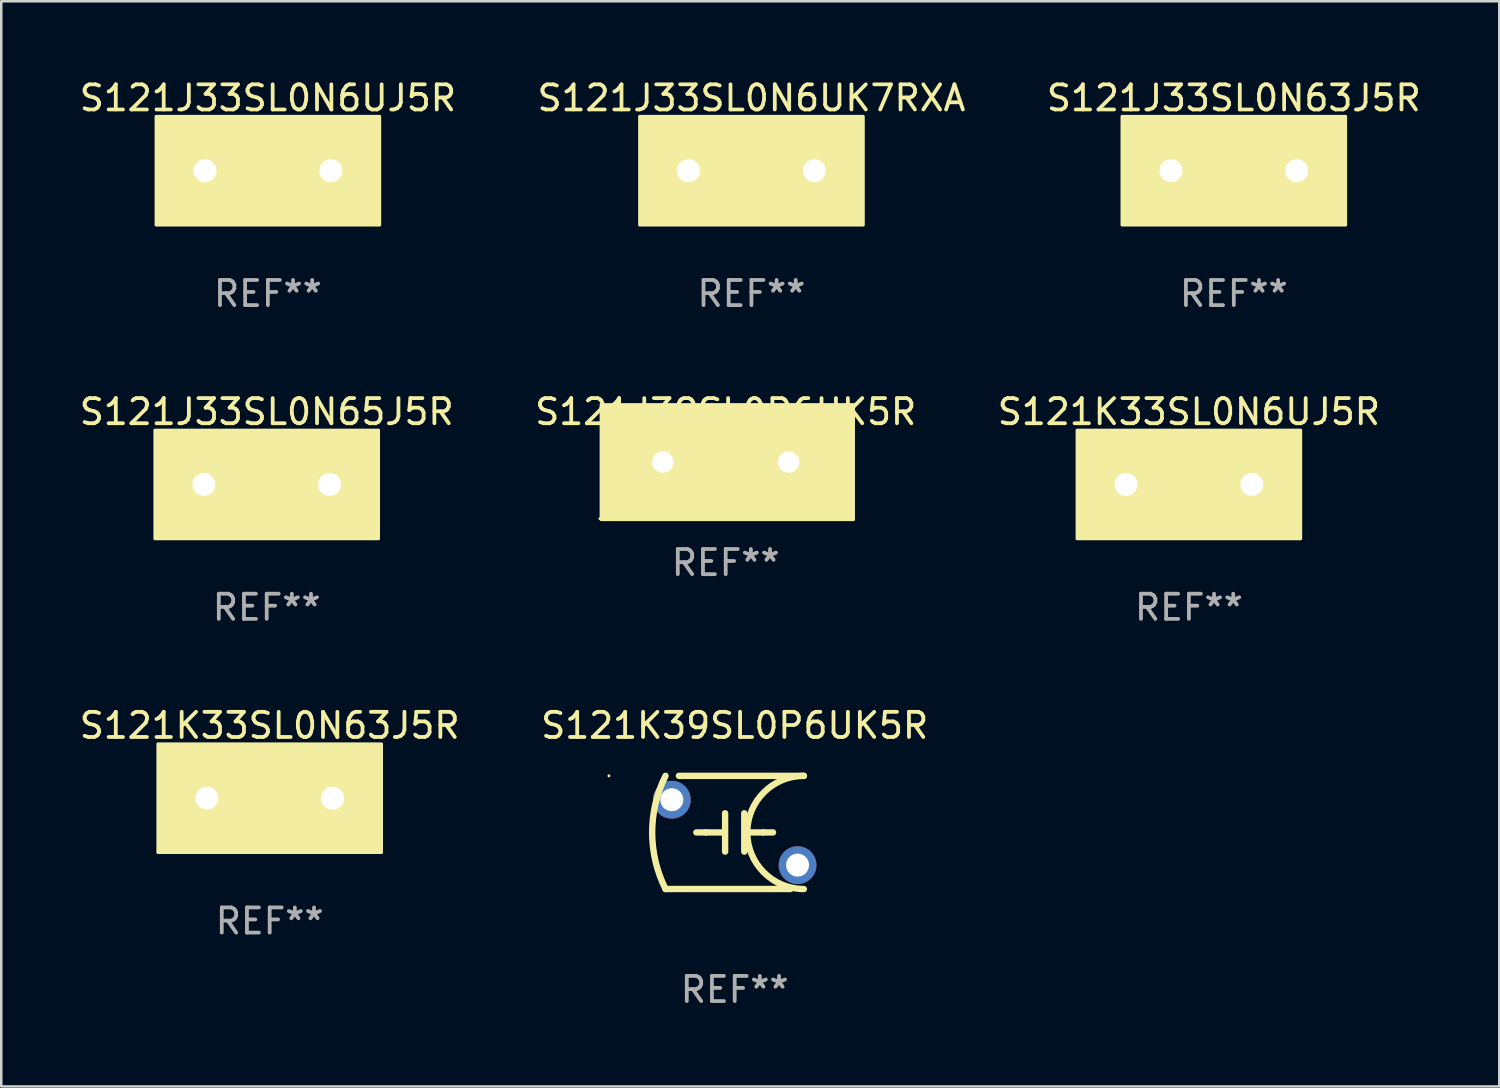
<source format=kicad_pcb>
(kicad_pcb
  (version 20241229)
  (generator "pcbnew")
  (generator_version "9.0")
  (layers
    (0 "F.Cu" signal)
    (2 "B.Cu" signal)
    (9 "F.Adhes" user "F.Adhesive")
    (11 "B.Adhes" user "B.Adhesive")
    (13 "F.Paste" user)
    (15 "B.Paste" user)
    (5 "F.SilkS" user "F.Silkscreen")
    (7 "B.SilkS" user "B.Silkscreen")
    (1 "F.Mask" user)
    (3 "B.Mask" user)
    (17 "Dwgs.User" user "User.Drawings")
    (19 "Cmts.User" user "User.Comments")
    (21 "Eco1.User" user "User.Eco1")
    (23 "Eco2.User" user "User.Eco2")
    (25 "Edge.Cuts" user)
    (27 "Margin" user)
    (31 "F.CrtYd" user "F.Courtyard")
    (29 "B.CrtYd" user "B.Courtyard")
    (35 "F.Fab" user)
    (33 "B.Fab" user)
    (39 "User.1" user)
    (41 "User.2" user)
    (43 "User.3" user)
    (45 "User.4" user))
  (footprint "S121J33SL0N63J5R"
    (layer "F.Cu")
    (at 46.006 3.737)
    (property "Reference" "S121J33SL0N63J5R" (at 0 -2.889 0) (layer "F.SilkS") (effects (font (size 1 1) (thickness 0.15))))
    (attr through_hole)
    (fp_line (start -0.508 0) (end -1.27 0) (stroke (width 0.254) (type solid)) (layer "F.SilkS"))
    (fp_line (start -0.508 0.889) (end -0.508 -0.889) (stroke (width 0.254) (type solid)) (layer "F.SilkS"))
    (fp_line (start 0.508 -0.889) (end 0.508 0.889) (stroke (width 0.254) (type solid)) (layer "F.SilkS"))
    (fp_line (start 0.508 0) (end 1.27 0) (stroke (width 0.254) (type solid)) (layer "F.SilkS"))
    (fp_circle (center -4.25 2) (end -4.22 2) (stroke (width 0.06) (type solid)) (fill no) (layer "F.SilkS"))
    (fp_poly (pts (xy -4.445 -2.159) (xy 4.445 -2.159) (xy 4.445 2.159) (xy -4.445 2.159)) (stroke (width 0.12) (type solid)) (fill yes) (layer "F.SilkS"))
    (fp_text user "REF**" (at 0 4.889 0) (layer "F.Fab") (effects (font (size 1 1) (thickness 0.15))))
    (pad "1" thru_hole circle (at -2.5 0) (size 1.524 1.524) (drill 0.914) (layers "*.Cu" "*.Mask"))
    (pad "2" thru_hole circle (at 2.5 0) (size 1.524 1.524) (drill 0.914) (layers "*.Cu" "*.Mask")))
  (footprint "S121J39SL0P6UK5R"
    (layer "F.Cu")
    (at 25.804 15.323)
    (property "Reference" "S121J39SL0P6UK5R" (at 0 -2 0) (layer "F.SilkS") (effects (font (size 1 1) (thickness 0.15))))
    (attr through_hole)
    (fp_circle (center -5 2.25) (end -4.97 2.25) (stroke (width 0.06) (type solid)) (fill no) (layer "F.SilkS"))
    (fp_poly (pts (xy -4.953 -2.286) (xy 5.08 -2.286) (xy 5.08 2.286) (xy -4.953 2.286)) (stroke (width 0.12) (type solid)) (fill yes) (layer "F.SilkS"))
    (fp_text user "REF**" (at 0 4 0) (layer "F.Fab") (effects (font (size 1 1) (thickness 0.15))))
    (pad "1" thru_hole circle (at -2.5 0) (size 1.524 1.524) (drill 0.85) (layers "*.Cu" "*.Mask"))
    (pad "2" thru_hole circle (at 2.5 0) (size 1.524 1.524) (drill 0.85) (layers "*.Cu" "*.Mask")))
  (footprint "S121K33SL0N6UJ5R"
    (layer "F.Cu")
    (at 44.22 16.212)
    (property "Reference" "S121K33SL0N6UJ5R" (at 0 -2.889 0) (layer "F.SilkS") (effects (font (size 1 1) (thickness 0.15))))
    (attr through_hole)
    (fp_line (start -0.508 0) (end -1.27 0) (stroke (width 0.254) (type solid)) (layer "F.SilkS"))
    (fp_line (start -0.508 0.889) (end -0.508 -0.889) (stroke (width 0.254) (type solid)) (layer "F.SilkS"))
    (fp_line (start 0.508 -0.889) (end 0.508 0.889) (stroke (width 0.254) (type solid)) (layer "F.SilkS"))
    (fp_line (start 0.508 0) (end 1.27 0) (stroke (width 0.254) (type solid)) (layer "F.SilkS"))
    (fp_circle (center -4.25 2) (end -4.22 2) (stroke (width 0.06) (type solid)) (fill no) (layer "F.SilkS"))
    (fp_poly (pts (xy -4.445 -2.159) (xy 4.445 -2.159) (xy 4.445 2.159) (xy -4.445 2.159)) (stroke (width 0.12) (type solid)) (fill yes) (layer "F.SilkS"))
    (fp_text user "REF**" (at 0 4.889 0) (layer "F.Fab") (effects (font (size 1 1) (thickness 0.15))))
    (pad "1" thru_hole circle (at -2.5 0) (size 1.524 1.524) (drill 0.914) (layers "*.Cu" "*.Mask"))
    (pad "2" thru_hole circle (at 2.5 0) (size 1.524 1.524) (drill 0.914) (layers "*.Cu" "*.Mask")))
  (footprint "S121J33SL0N6UJ5R"
    (layer "F.Cu")
    (at 7.601 3.737)
    (property "Reference" "S121J33SL0N6UJ5R" (at 0 -2.889 0) (layer "F.SilkS") (effects (font (size 1 1) (thickness 0.15))))
    (attr through_hole)
    (fp_line (start -0.508 0) (end -1.27 0) (stroke (width 0.254) (type solid)) (layer "F.SilkS"))
    (fp_line (start -0.508 0.889) (end -0.508 -0.889) (stroke (width 0.254) (type solid)) (layer "F.SilkS"))
    (fp_line (start 0.508 -0.889) (end 0.508 0.889) (stroke (width 0.254) (type solid)) (layer "F.SilkS"))
    (fp_line (start 0.508 0) (end 1.27 0) (stroke (width 0.254) (type solid)) (layer "F.SilkS"))
    (fp_circle (center -4.25 2) (end -4.22 2) (stroke (width 0.06) (type solid)) (fill no) (layer "F.SilkS"))
    (fp_poly (pts (xy -4.445 -2.159) (xy 4.445 -2.159) (xy 4.445 2.159) (xy -4.445 2.159)) (stroke (width 0.12) (type solid)) (fill yes) (layer "F.SilkS"))
    (fp_text user "REF**" (at 0 4.889 0) (layer "F.Fab") (effects (font (size 1 1) (thickness 0.15))))
    (pad "1" thru_hole circle (at -2.5 0) (size 1.524 1.524) (drill 0.914) (layers "*.Cu" "*.Mask"))
    (pad "2" thru_hole circle (at 2.5 0) (size 1.524 1.524) (drill 0.914) (layers "*.Cu" "*.Mask")))
  (footprint "S121J33SL0N6UK7RXA"
    (layer "F.Cu")
    (at 26.827 3.737)
    (property "Reference" "S121J33SL0N6UK7RXA" (at 0 -2.889 0) (layer "F.SilkS") (effects (font (size 1 1) (thickness 0.15))))
    (attr through_hole)
    (fp_line (start -0.508 0) (end -1.27 0) (stroke (width 0.254) (type solid)) (layer "F.SilkS"))
    (fp_line (start -0.508 0.889) (end -0.508 -0.889) (stroke (width 0.254) (type solid)) (layer "F.SilkS"))
    (fp_line (start 0.508 -0.889) (end 0.508 0.889) (stroke (width 0.254) (type solid)) (layer "F.SilkS"))
    (fp_line (start 0.508 0) (end 1.27 0) (stroke (width 0.254) (type solid)) (layer "F.SilkS"))
    (fp_circle (center -4.25 2) (end -4.22 2) (stroke (width 0.06) (type solid)) (fill no) (layer "F.SilkS"))
    (fp_poly (pts (xy -4.445 -2.159) (xy 4.445 -2.159) (xy 4.445 2.159) (xy -4.445 2.159)) (stroke (width 0.12) (type solid)) (fill yes) (layer "F.SilkS"))
    (fp_text user "REF**" (at 0 4.889 0) (layer "F.Fab") (effects (font (size 1 1) (thickness 0.15))))
    (pad "1" thru_hole circle (at -2.5 0) (size 1.524 1.524) (drill 0.914) (layers "*.Cu" "*.Mask"))
    (pad "2" thru_hole circle (at 2.5 0) (size 1.524 1.524) (drill 0.914) (layers "*.Cu" "*.Mask")))
  (footprint "S121K39SL0P6UK5R"
    (layer "F.Cu")
    (at 26.161 30.047)
    (property "Reference" "S121K39SL0P6UK5R" (at 0 -4.25 0) (layer "F.SilkS") (effects (font (size 1 1) (thickness 0.15))))
    (attr through_hole)
    (fp_line (start -2.75 2.25) (end 2.217 2.25) (stroke (width 0.254) (type solid)) (layer "F.SilkS"))
    (fp_line (start -1.143 0) (end -1.524 0) (stroke (width 0.254) (type solid)) (layer "F.SilkS"))
    (fp_line (start -1.143 0) (end -0.508 0) (stroke (width 0.254) (type solid)) (layer "F.SilkS"))
    (fp_line (start -0.381 -0.762) (end -0.381 0.762) (stroke (width 0.254) (type solid)) (layer "F.SilkS"))
    (fp_line (start 0.381 -0.762) (end 0.381 0.762) (stroke (width 0.254) (type solid)) (layer "F.SilkS"))
    (fp_line (start 1.143 0) (end 0.508 0) (stroke (width 0.254) (type solid)) (layer "F.SilkS"))
    (fp_line (start 1.143 0) (end 1.524 0) (stroke (width 0.254) (type solid)) (layer "F.SilkS"))
    (fp_line (start 2.75 -2.25) (end -2.217 -2.25) (stroke (width 0.254) (type solid)) (layer "F.SilkS"))
    (fp_arc (start -2.749962 2.250013) (mid -3.281118 0) (end -2.749962 -2.250013) (stroke (width 0.254001) (type solid)) (layer "F.SilkS"))
    (fp_arc (start 2.749962 2.250013) (mid 0.499949 0) (end 2.749962 -2.250013) (stroke (width 0.254001) (type solid)) (layer "F.SilkS"))
    (fp_circle (center -5 -2.25) (end -4.97 -2.25) (stroke (width 0.06) (type solid)) (fill no) (layer "F.SilkS"))
    (fp_text user "REF**" (at 0 6.25 0) (layer "F.Fab") (effects (font (size 1 1) (thickness 0.15))))
    (pad "1" thru_hole circle (at -2.5 -1.3) (size 1.5 1.5) (drill 0.914) (layers "*.Cu" "*.Mask"))
    (pad "2" thru_hole circle (at 2.5 1.3) (size 1.5 1.5) (drill 0.914) (layers "*.Cu" "*.Mask")))
  (footprint "S121K33SL0N63J5R"
    (layer "F.Cu")
    (at 7.673 28.686)
    (property "Reference" "S121K33SL0N63J5R" (at 0 -2.889 0) (layer "F.SilkS") (effects (font (size 1 1) (thickness 0.15))))
    (attr through_hole)
    (fp_line (start -0.508 0) (end -1.27 0) (stroke (width 0.254) (type solid)) (layer "F.SilkS"))
    (fp_line (start -0.508 0.889) (end -0.508 -0.889) (stroke (width 0.254) (type solid)) (layer "F.SilkS"))
    (fp_line (start 0.508 -0.889) (end 0.508 0.889) (stroke (width 0.254) (type solid)) (layer "F.SilkS"))
    (fp_line (start 0.508 0) (end 1.27 0) (stroke (width 0.254) (type solid)) (layer "F.SilkS"))
    (fp_circle (center -4.25 2) (end -4.22 2) (stroke (width 0.06) (type solid)) (fill no) (layer "F.SilkS"))
    (fp_poly (pts (xy -4.445 -2.159) (xy 4.445 -2.159) (xy 4.445 2.159) (xy -4.445 2.159)) (stroke (width 0.12) (type solid)) (fill yes) (layer "F.SilkS"))
    (fp_text user "REF**" (at 0 4.889 0) (layer "F.Fab") (effects (font (size 1 1) (thickness 0.15))))
    (pad "1" thru_hole circle (at -2.5 0) (size 1.524 1.524) (drill 0.914) (layers "*.Cu" "*.Mask"))
    (pad "2" thru_hole circle (at 2.5 0) (size 1.524 1.524) (drill 0.914) (layers "*.Cu" "*.Mask")))
  (footprint "S121J33SL0N65J5R"
    (layer "F.Cu")
    (at 7.554 16.212)
    (property "Reference" "S121J33SL0N65J5R" (at 0 -2.889 0) (layer "F.SilkS") (effects (font (size 1 1) (thickness 0.15))))
    (attr through_hole)
    (fp_line (start -0.508 0) (end -1.27 0) (stroke (width 0.254) (type solid)) (layer "F.SilkS"))
    (fp_line (start -0.508 0.889) (end -0.508 -0.889) (stroke (width 0.254) (type solid)) (layer "F.SilkS"))
    (fp_line (start 0.508 -0.889) (end 0.508 0.889) (stroke (width 0.254) (type solid)) (layer "F.SilkS"))
    (fp_line (start 0.508 0) (end 1.27 0) (stroke (width 0.254) (type solid)) (layer "F.SilkS"))
    (fp_circle (center -4.25 2) (end -4.22 2) (stroke (width 0.06) (type solid)) (fill no) (layer "F.SilkS"))
    (fp_poly (pts (xy -4.445 -2.159) (xy 4.445 -2.159) (xy 4.445 2.159) (xy -4.445 2.159)) (stroke (width 0.12) (type solid)) (fill yes) (layer "F.SilkS"))
    (fp_text user "REF**" (at 0 4.889 0) (layer "F.Fab") (effects (font (size 1 1) (thickness 0.15))))
    (pad "1" thru_hole circle (at -2.5 0) (size 1.524 1.524) (drill 0.914) (layers "*.Cu" "*.Mask"))
    (pad "2" thru_hole circle (at 2.5 0) (size 1.524 1.524) (drill 0.914) (layers "*.Cu" "*.Mask")))
  (gr_rect
    (start -3 -3)
    (end 56.56 40.146)
    (stroke (width 0.1) (type default))
    (fill no)
    (layer "Edge.Cuts")))
</source>
